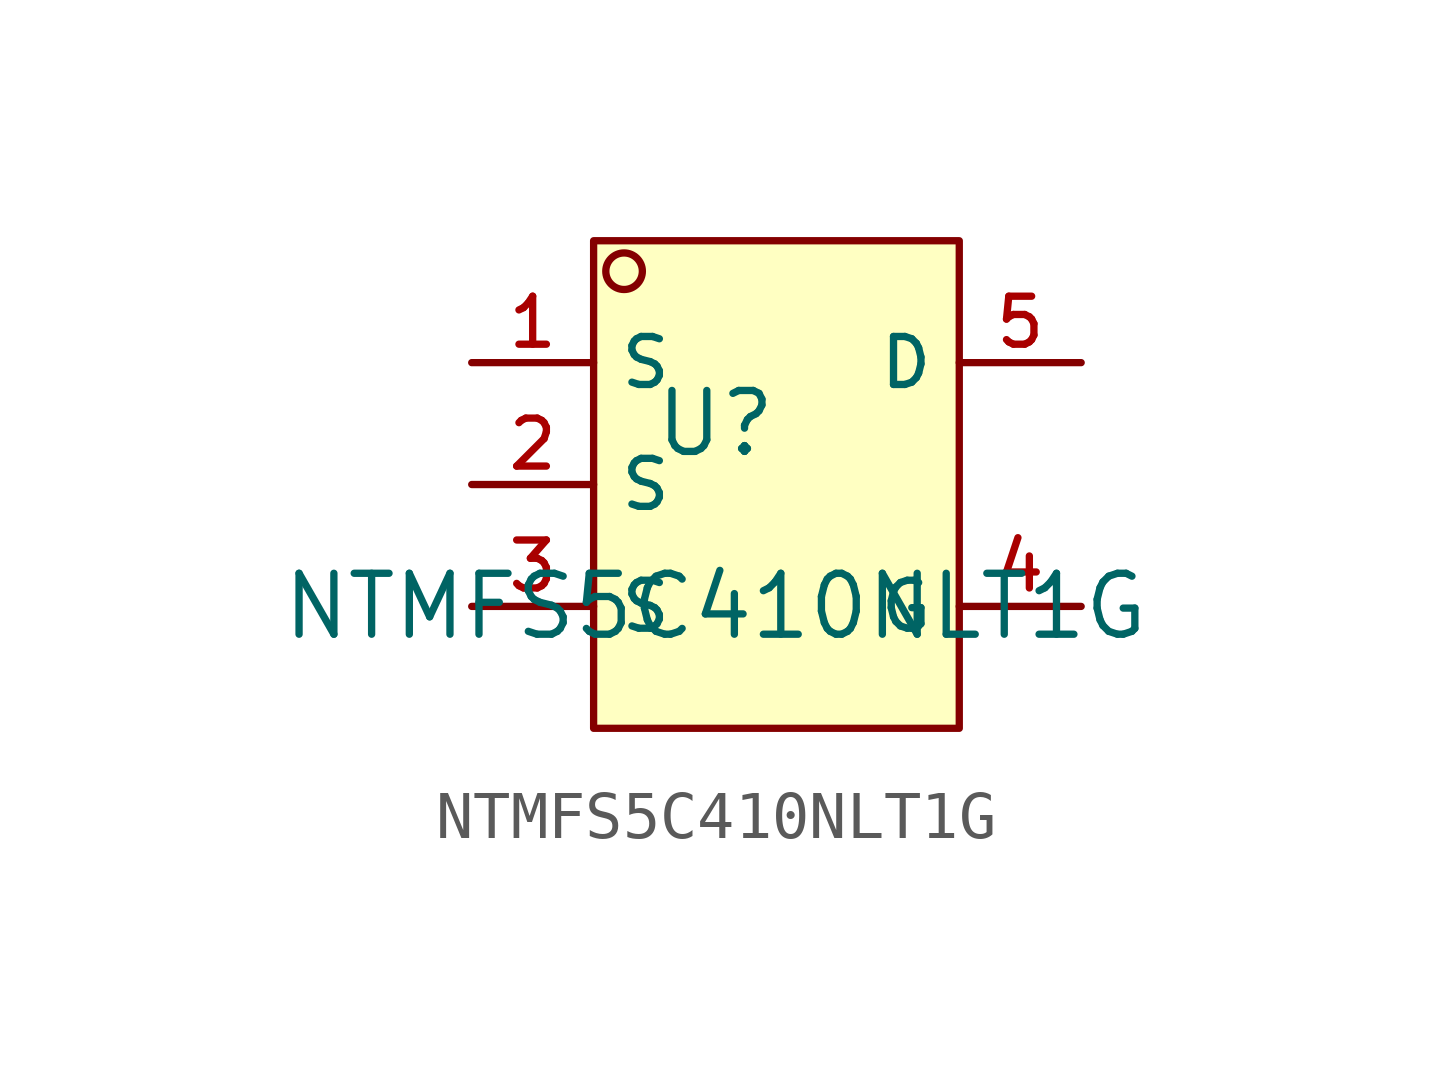
<source format=kicad_sym>
(kicad_symbol_lib
  (version 20210201)
  (generator TousstNicolas/JLC2KiCad_lib)
  (symbol "NTMFS5C410NLT1G"
    (property "Reference" "U"
      (at 0 1.27 0)
      (effects (font (size 1.27 1.27))))
    (property "Value" "NTMFS5C410NLT1G"
      (at 0 -2.54 0)
      (effects (font (size 1.27 1.27))))
    (symbol "NTMFS5C410NLT1G_0_1"
      (rectangle (start -2.54 5.08) (end 5.08 -5.08) (stroke (width 0) (type default) (color 0 0 0 0)) (fill (type background)))
      (circle (center -1.905 4.445) (radius 0.381) (stroke (width 0) (type default) (color 0 0 0 0)) (fill (type background)))
      (pin unspecified line (at -5.08 2.54 0) (length 2.54) (name "S" (effects (font (size 1 1)))) (number "1" (effects (font (size 1 1)))))
      (pin unspecified line (at -5.08 -0.0 0) (length 2.54) (name "S" (effects (font (size 1 1)))) (number "2" (effects (font (size 1 1)))))
      (pin unspecified line (at -5.08 -2.54 0) (length 2.54) (name "S" (effects (font (size 1 1)))) (number "3" (effects (font (size 1 1)))))
      (pin unspecified line (at 7.62 -2.54 180) (length 2.54) (name "G" (effects (font (size 1 1)))) (number "4" (effects (font (size 1 1)))))
      (pin unspecified line (at 7.62 2.54 180) (length 2.54) (name "D" (effects (font (size 1 1)))) (number "5" (effects (font (size 1 1))))))))
</source>
